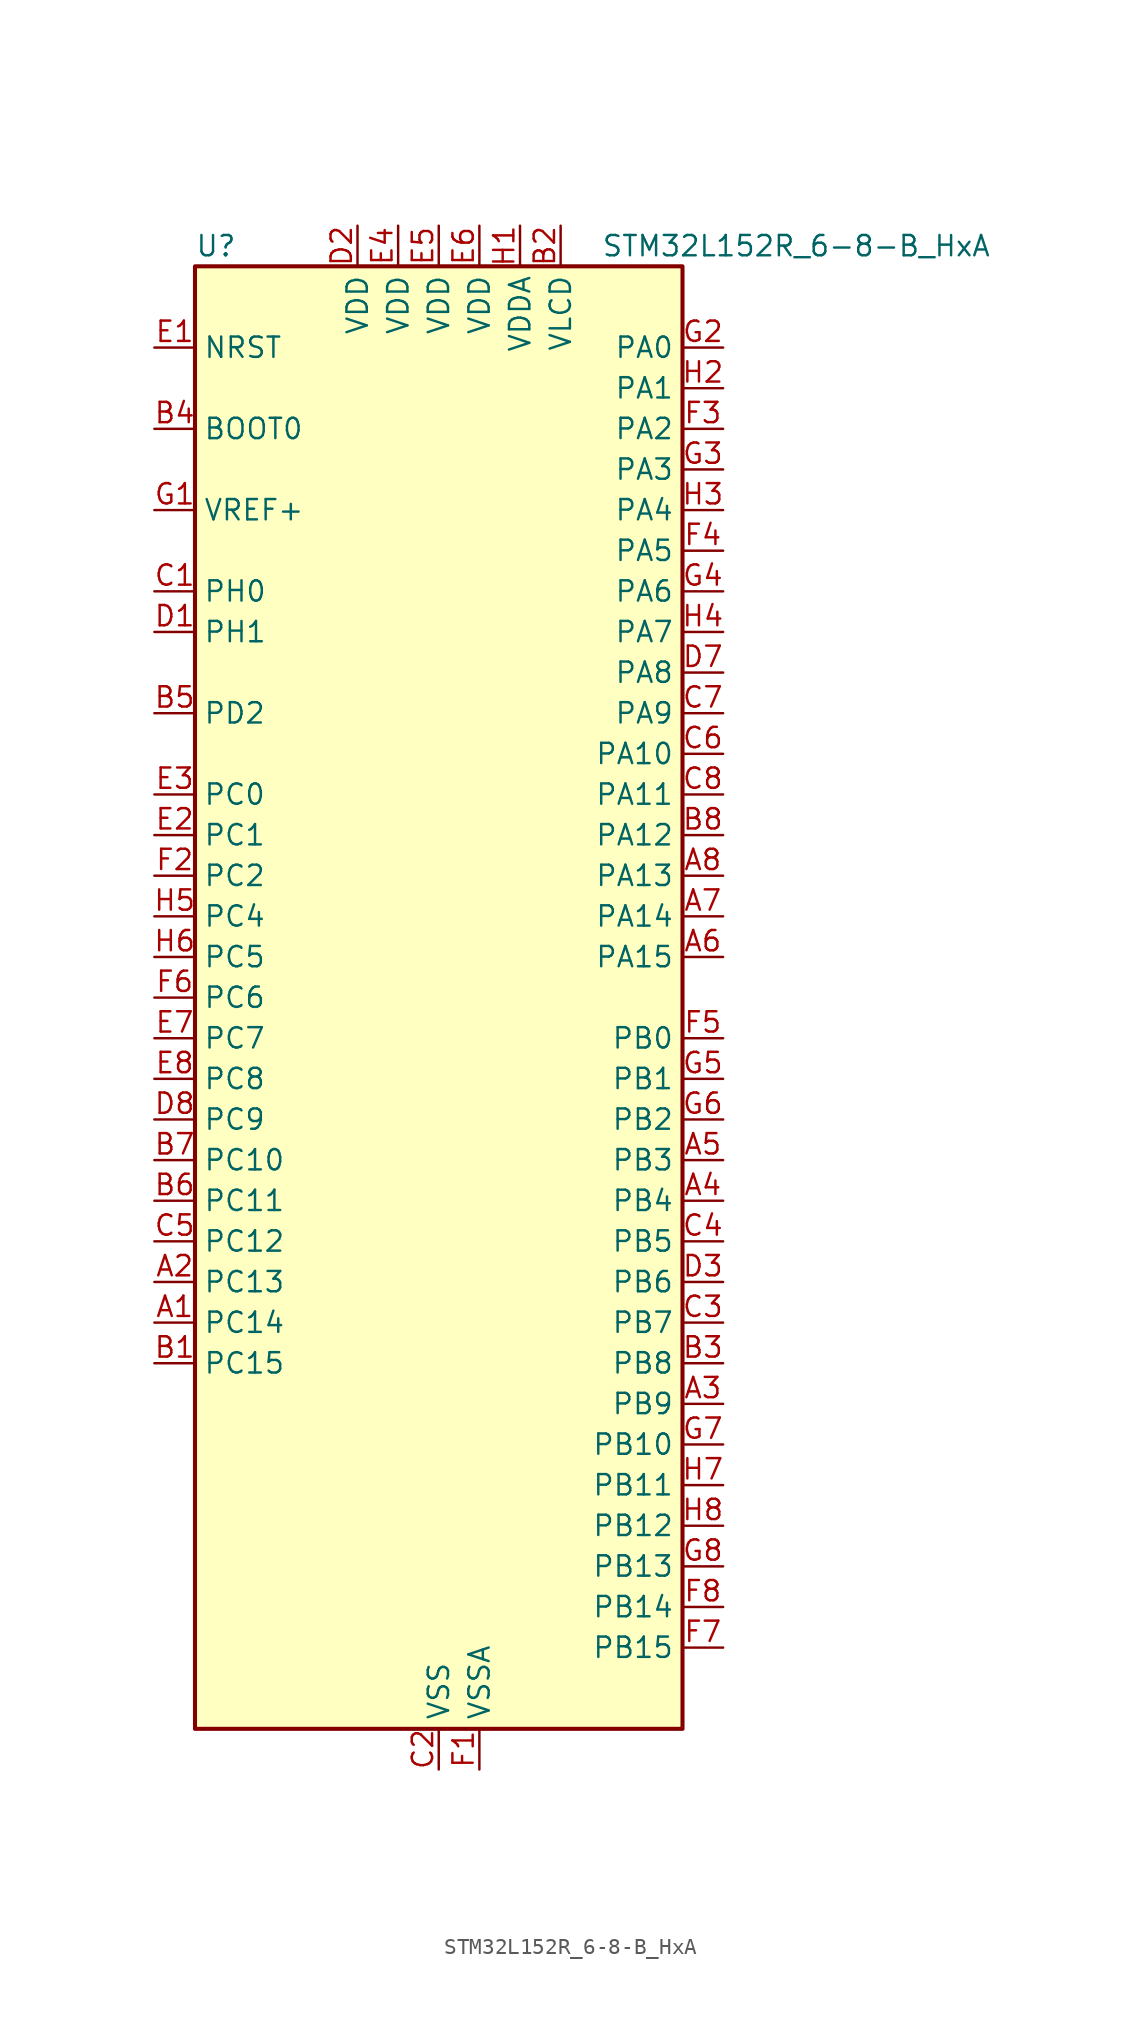
<source format=kicad_sym>
(kicad_symbol_lib
  (version 20241209)
  (generator "kicad_symbol_editor")
  (generator_version "9.0")
  (symbol "STM32L152R_6-8-B_HxA"
    (property "Reference" "U"
      (at -15.24 46.99 0)
      (effects (font (size 1.27 1.27)) (justify left)))
    (property "Value" "STM32L152R_6-8-B_HxA"
      (at 10.16 46.99 0)
      (effects (font (size 1.27 1.27)) (justify left)))
    (symbol "STM32L152R_6-8-B_HxA_0_1"
      (rectangle (start -15.24 -45.72) (end 15.24 45.72) (stroke (width 0.254) (type default)) (fill (type background))))
    (symbol "STM32L152R_6-8-B_HxA_1_1"
      (pin input line (at -17.78 40.64 0) (length 2.54) (name "NRST" (effects (font (size 1.27 1.27)))) (number "E1" (effects (font (size 1.27 1.27)))))
      (pin input line (at -17.78 35.56 0) (length 2.54) (name "BOOT0" (effects (font (size 1.27 1.27)))) (number "B4" (effects (font (size 1.27 1.27)))))
      (pin input line (at -17.78 30.48 0) (length 2.54) (name "VREF+" (effects (font (size 1.27 1.27)))) (number "G1" (effects (font (size 1.27 1.27)))))
      (pin bidirectional line (at -17.78 25.4 0) (length 2.54) (name "PH0" (effects (font (size 1.27 1.27)))) (number "C1" (effects (font (size 1.27 1.27)))) (alternate "RCC_OSC_IN" bidirectional line))
      (pin bidirectional line (at -17.78 22.86 0) (length 2.54) (name "PH1" (effects (font (size 1.27 1.27)))) (number "D1" (effects (font (size 1.27 1.27)))) (alternate "RCC_OSC_OUT" bidirectional line))
      (pin bidirectional line (at -17.78 17.78 0) (length 2.54) (name "PD2" (effects (font (size 1.27 1.27)))) (number "B5" (effects (font (size 1.27 1.27)))) (alternate "LCD_COM7" bidirectional line) (alternate "LCD_SEG31" bidirectional line) (alternate "LCD_SEG43" bidirectional line) (alternate "TIM3_ETR" bidirectional line) (alternate "TIMX_IC3" bidirectional line))
      (pin bidirectional line (at -17.78 12.7 0) (length 2.54) (name "PC0" (effects (font (size 1.27 1.27)))) (number "E3" (effects (font (size 1.27 1.27)))) (alternate "ADC_IN10" bidirectional line) (alternate "COMP1_INP" bidirectional line) (alternate "LCD_SEG18" bidirectional line) (alternate "TIMX_IC1" bidirectional line) (alternate "TS_G8_IO1" bidirectional line))
      (pin bidirectional line (at -17.78 10.16 0) (length 2.54) (name "PC1" (effects (font (size 1.27 1.27)))) (number "E2" (effects (font (size 1.27 1.27)))) (alternate "ADC_IN11" bidirectional line) (alternate "COMP1_INP" bidirectional line) (alternate "LCD_SEG19" bidirectional line) (alternate "TIMX_IC2" bidirectional line) (alternate "TS_G8_IO2" bidirectional line))
      (pin bidirectional line (at -17.78 7.62 0) (length 2.54) (name "PC2" (effects (font (size 1.27 1.27)))) (number "F2" (effects (font (size 1.27 1.27)))) (alternate "ADC_IN12" bidirectional line) (alternate "COMP1_INP" bidirectional line) (alternate "LCD_SEG20" bidirectional line) (alternate "TIMX_IC3" bidirectional line) (alternate "TS_G8_IO3" bidirectional line))
      (pin bidirectional line (at -17.78 5.08 0) (length 2.54) (name "PC4" (effects (font (size 1.27 1.27)))) (number "H5" (effects (font (size 1.27 1.27)))) (alternate "ADC_IN14" bidirectional line) (alternate "COMP1_INP" bidirectional line) (alternate "LCD_SEG22" bidirectional line) (alternate "TIMX_IC1" bidirectional line) (alternate "TS_G9_IO1" bidirectional line))
      (pin bidirectional line (at -17.78 2.54 0) (length 2.54) (name "PC5" (effects (font (size 1.27 1.27)))) (number "H6" (effects (font (size 1.27 1.27)))) (alternate "ADC_IN15" bidirectional line) (alternate "COMP1_INP" bidirectional line) (alternate "LCD_SEG23" bidirectional line) (alternate "TIMX_IC2" bidirectional line) (alternate "TS_G9_IO2" bidirectional line))
      (pin bidirectional line (at -17.78 0 0) (length 2.54) (name "PC6" (effects (font (size 1.27 1.27)))) (number "F6" (effects (font (size 1.27 1.27)))) (alternate "LCD_SEG24" bidirectional line) (alternate "TIM3_CH1" bidirectional line) (alternate "TIMX_IC3" bidirectional line) (alternate "TS_G10_IO1" bidirectional line))
      (pin bidirectional line (at -17.78 -2.54 0) (length 2.54) (name "PC7" (effects (font (size 1.27 1.27)))) (number "E7" (effects (font (size 1.27 1.27)))) (alternate "LCD_SEG25" bidirectional line) (alternate "TIM3_CH2" bidirectional line) (alternate "TIMX_IC4" bidirectional line) (alternate "TS_G10_IO2" bidirectional line))
      (pin bidirectional line (at -17.78 -5.08 0) (length 2.54) (name "PC8" (effects (font (size 1.27 1.27)))) (number "E8" (effects (font (size 1.27 1.27)))) (alternate "LCD_SEG26" bidirectional line) (alternate "TIM3_CH3" bidirectional line) (alternate "TIMX_IC1" bidirectional line) (alternate "TS_G10_IO3" bidirectional line))
      (pin bidirectional line (at -17.78 -7.62 0) (length 2.54) (name "PC9" (effects (font (size 1.27 1.27)))) (number "D8" (effects (font (size 1.27 1.27)))) (alternate "DAC_EXTI9" bidirectional line) (alternate "LCD_SEG27" bidirectional line) (alternate "TIM3_CH4" bidirectional line) (alternate "TIMX_IC2" bidirectional line) (alternate "TS_G10_IO4" bidirectional line))
      (pin bidirectional line (at -17.78 -10.16 0) (length 2.54) (name "PC10" (effects (font (size 1.27 1.27)))) (number "B7" (effects (font (size 1.27 1.27)))) (alternate "LCD_COM4" bidirectional line) (alternate "LCD_SEG28" bidirectional line) (alternate "LCD_SEG40" bidirectional line) (alternate "TIMX_IC3" bidirectional line) (alternate "USART3_TX" bidirectional line))
      (pin bidirectional line (at -17.78 -12.7 0) (length 2.54) (name "PC11" (effects (font (size 1.27 1.27)))) (number "B6" (effects (font (size 1.27 1.27)))) (alternate "ADC_EXTI11" bidirectional line) (alternate "LCD_COM5" bidirectional line) (alternate "LCD_SEG29" bidirectional line) (alternate "LCD_SEG41" bidirectional line) (alternate "TIMX_IC4" bidirectional line) (alternate "USART3_RX" bidirectional line))
      (pin bidirectional line (at -17.78 -15.24 0) (length 2.54) (name "PC12" (effects (font (size 1.27 1.27)))) (number "C5" (effects (font (size 1.27 1.27)))) (alternate "LCD_COM6" bidirectional line) (alternate "LCD_SEG30" bidirectional line) (alternate "LCD_SEG42" bidirectional line) (alternate "TIMX_IC1" bidirectional line) (alternate "USART3_CK" bidirectional line))
      (pin bidirectional line (at -17.78 -17.78 0) (length 2.54) (name "PC13" (effects (font (size 1.27 1.27)))) (number "A2" (effects (font (size 1.27 1.27)))) (alternate "RTC_OUT_ALARM" bidirectional line) (alternate "RTC_OUT_CALIB" bidirectional line) (alternate "RTC_TAMP1" bidirectional line) (alternate "RTC_TS" bidirectional line) (alternate "SYS_WKUP2" bidirectional line) (alternate "TIMX_IC2" bidirectional line))
      (pin bidirectional line (at -17.78 -20.32 0) (length 2.54) (name "PC14" (effects (font (size 1.27 1.27)))) (number "A1" (effects (font (size 1.27 1.27)))) (alternate "RCC_OSC32_IN" bidirectional line) (alternate "TIMX_IC3" bidirectional line))
      (pin bidirectional line (at -17.78 -22.86 0) (length 2.54) (name "PC15" (effects (font (size 1.27 1.27)))) (number "B1" (effects (font (size 1.27 1.27)))) (alternate "ADC_EXTI15" bidirectional line) (alternate "RCC_OSC32_OUT" bidirectional line) (alternate "TIMX_IC4" bidirectional line))
      (pin power_in line (at -5.08 48.26 270) (length 2.54) (name "VDD" (effects (font (size 1.27 1.27)))) (number "D2" (effects (font (size 1.27 1.27)))))
      (pin power_in line (at -2.54 48.26 270) (length 2.54) (name "VDD" (effects (font (size 1.27 1.27)))) (number "E4" (effects (font (size 1.27 1.27)))))
      (pin power_in line (at 0 48.26 270) (length 2.54) (name "VDD" (effects (font (size 1.27 1.27)))) (number "E5" (effects (font (size 1.27 1.27)))))
      (pin power_in line (at 0 -48.26 90) (length 2.54) (name "VSS" (effects (font (size 1.27 1.27)))) (number "C2" (effects (font (size 1.27 1.27)))))
      (pin passive line (at 0 -48.26 90) (length 2.54) (hide yes) (name "VSS" (effects (font (size 1.27 1.27)))) (number "D4" (effects (font (size 1.27 1.27)))))
      (pin passive line (at 0 -48.26 90) (length 2.54) (hide yes) (name "VSS" (effects (font (size 1.27 1.27)))) (number "D5" (effects (font (size 1.27 1.27)))))
      (pin passive line (at 0 -48.26 90) (length 2.54) (hide yes) (name "VSS" (effects (font (size 1.27 1.27)))) (number "D6" (effects (font (size 1.27 1.27)))))
      (pin power_in line (at 2.54 48.26 270) (length 2.54) (name "VDD" (effects (font (size 1.27 1.27)))) (number "E6" (effects (font (size 1.27 1.27)))))
      (pin power_in line (at 2.54 -48.26 90) (length 2.54) (name "VSSA" (effects (font (size 1.27 1.27)))) (number "F1" (effects (font (size 1.27 1.27)))))
      (pin power_in line (at 5.08 48.26 270) (length 2.54) (name "VDDA" (effects (font (size 1.27 1.27)))) (number "H1" (effects (font (size 1.27 1.27)))))
      (pin power_in line (at 7.62 48.26 270) (length 2.54) (name "VLCD" (effects (font (size 1.27 1.27)))) (number "B2" (effects (font (size 1.27 1.27)))))
      (pin bidirectional line (at 17.78 40.64 180) (length 2.54) (name "PA0" (effects (font (size 1.27 1.27)))) (number "G2" (effects (font (size 1.27 1.27)))) (alternate "ADC_IN0" bidirectional line) (alternate "COMP1_INP" bidirectional line) (alternate "RTC_TAMP2" bidirectional line) (alternate "SYS_WKUP1" bidirectional line) (alternate "TIM2_CH1" bidirectional line) (alternate "TIM2_ETR" bidirectional line) (alternate "TIMX_IC1" bidirectional line) (alternate "TS_G1_IO1" bidirectional line) (alternate "USART2_CTS" bidirectional line))
      (pin bidirectional line (at 17.78 38.1 180) (length 2.54) (name "PA1" (effects (font (size 1.27 1.27)))) (number "H2" (effects (font (size 1.27 1.27)))) (alternate "ADC_IN1" bidirectional line) (alternate "COMP1_INP" bidirectional line) (alternate "LCD_SEG0" bidirectional line) (alternate "TIM2_CH2" bidirectional line) (alternate "TIMX_IC2" bidirectional line) (alternate "TS_G1_IO2" bidirectional line) (alternate "USART2_RTS" bidirectional line))
      (pin bidirectional line (at 17.78 35.56 180) (length 2.54) (name "PA2" (effects (font (size 1.27 1.27)))) (number "F3" (effects (font (size 1.27 1.27)))) (alternate "ADC_IN2" bidirectional line) (alternate "COMP1_INP" bidirectional line) (alternate "LCD_SEG1" bidirectional line) (alternate "TIM2_CH3" bidirectional line) (alternate "TIM9_CH1" bidirectional line) (alternate "TIMX_IC3" bidirectional line) (alternate "TS_G1_IO3" bidirectional line) (alternate "USART2_TX" bidirectional line))
      (pin bidirectional line (at 17.78 33.02 180) (length 2.54) (name "PA3" (effects (font (size 1.27 1.27)))) (number "G3" (effects (font (size 1.27 1.27)))) (alternate "ADC_IN3" bidirectional line) (alternate "COMP1_INP" bidirectional line) (alternate "LCD_SEG2" bidirectional line) (alternate "TIM2_CH4" bidirectional line) (alternate "TIM9_CH2" bidirectional line) (alternate "TIMX_IC4" bidirectional line) (alternate "TS_G1_IO4" bidirectional line) (alternate "USART2_RX" bidirectional line))
      (pin bidirectional line (at 17.78 30.48 180) (length 2.54) (name "PA4" (effects (font (size 1.27 1.27)))) (number "H3" (effects (font (size 1.27 1.27)))) (alternate "ADC_IN4" bidirectional line) (alternate "COMP1_INP" bidirectional line) (alternate "DAC_OUT1" bidirectional line) (alternate "SPI1_NSS" bidirectional line) (alternate "TIMX_IC1" bidirectional line) (alternate "USART2_CK" bidirectional line))
      (pin bidirectional line (at 17.78 27.94 180) (length 2.54) (name "PA5" (effects (font (size 1.27 1.27)))) (number "F4" (effects (font (size 1.27 1.27)))) (alternate "ADC_IN5" bidirectional line) (alternate "COMP1_INP" bidirectional line) (alternate "DAC_OUT2" bidirectional line) (alternate "SPI1_SCK" bidirectional line) (alternate "TIM2_CH1" bidirectional line) (alternate "TIM2_ETR" bidirectional line) (alternate "TIMX_IC2" bidirectional line))
      (pin bidirectional line (at 17.78 25.4 180) (length 2.54) (name "PA6" (effects (font (size 1.27 1.27)))) (number "G4" (effects (font (size 1.27 1.27)))) (alternate "ADC_IN6" bidirectional line) (alternate "COMP1_INP" bidirectional line) (alternate "LCD_SEG3" bidirectional line) (alternate "SPI1_MISO" bidirectional line) (alternate "TIM10_CH1" bidirectional line) (alternate "TIM3_CH1" bidirectional line) (alternate "TIMX_IC3" bidirectional line) (alternate "TS_G2_IO1" bidirectional line))
      (pin bidirectional line (at 17.78 22.86 180) (length 2.54) (name "PA7" (effects (font (size 1.27 1.27)))) (number "H4" (effects (font (size 1.27 1.27)))) (alternate "ADC_IN7" bidirectional line) (alternate "COMP1_INP" bidirectional line) (alternate "LCD_SEG4" bidirectional line) (alternate "SPI1_MOSI" bidirectional line) (alternate "TIM11_CH1" bidirectional line) (alternate "TIM3_CH2" bidirectional line) (alternate "TIMX_IC4" bidirectional line) (alternate "TS_G2_IO2" bidirectional line))
      (pin bidirectional line (at 17.78 20.32 180) (length 2.54) (name "PA8" (effects (font (size 1.27 1.27)))) (number "D7" (effects (font (size 1.27 1.27)))) (alternate "LCD_COM0" bidirectional line) (alternate "RCC_MCO" bidirectional line) (alternate "TIMX_IC1" bidirectional line) (alternate "TS_G4_IO1" bidirectional line) (alternate "USART1_CK" bidirectional line))
      (pin bidirectional line (at 17.78 17.78 180) (length 2.54) (name "PA9" (effects (font (size 1.27 1.27)))) (number "C7" (effects (font (size 1.27 1.27)))) (alternate "DAC_EXTI9" bidirectional line) (alternate "LCD_COM1" bidirectional line) (alternate "TIMX_IC2" bidirectional line) (alternate "TS_G4_IO2" bidirectional line) (alternate "USART1_TX" bidirectional line))
      (pin bidirectional line (at 17.78 15.24 180) (length 2.54) (name "PA10" (effects (font (size 1.27 1.27)))) (number "C6" (effects (font (size 1.27 1.27)))) (alternate "LCD_COM2" bidirectional line) (alternate "TIMX_IC3" bidirectional line) (alternate "TS_G4_IO3" bidirectional line) (alternate "USART1_RX" bidirectional line))
      (pin bidirectional line (at 17.78 12.7 180) (length 2.54) (name "PA11" (effects (font (size 1.27 1.27)))) (number "C8" (effects (font (size 1.27 1.27)))) (alternate "ADC_EXTI11" bidirectional line) (alternate "SPI1_MISO" bidirectional line) (alternate "TIMX_IC4" bidirectional line) (alternate "USART1_CTS" bidirectional line) (alternate "USB_DM" bidirectional line))
      (pin bidirectional line (at 17.78 10.16 180) (length 2.54) (name "PA12" (effects (font (size 1.27 1.27)))) (number "B8" (effects (font (size 1.27 1.27)))) (alternate "SPI1_MOSI" bidirectional line) (alternate "TIMX_IC1" bidirectional line) (alternate "USART1_RTS" bidirectional line) (alternate "USB_DP" bidirectional line))
      (pin bidirectional line (at 17.78 7.62 180) (length 2.54) (name "PA13" (effects (font (size 1.27 1.27)))) (number "A8" (effects (font (size 1.27 1.27)))) (alternate "SYS_JTMS-SWDIO" bidirectional line) (alternate "TIMX_IC2" bidirectional line) (alternate "TS_G5_IO1" bidirectional line))
      (pin bidirectional line (at 17.78 5.08 180) (length 2.54) (name "PA14" (effects (font (size 1.27 1.27)))) (number "A7" (effects (font (size 1.27 1.27)))) (alternate "SYS_JTCK-SWCLK" bidirectional line) (alternate "TIMX_IC3" bidirectional line) (alternate "TS_G5_IO2" bidirectional line))
      (pin bidirectional line (at 17.78 2.54 180) (length 2.54) (name "PA15" (effects (font (size 1.27 1.27)))) (number "A6" (effects (font (size 1.27 1.27)))) (alternate "ADC_EXTI15" bidirectional line) (alternate "LCD_SEG17" bidirectional line) (alternate "SPI1_NSS" bidirectional line) (alternate "SYS_JTDI" bidirectional line) (alternate "TIM2_CH1" bidirectional line) (alternate "TIM2_ETR" bidirectional line) (alternate "TIMX_IC4" bidirectional line) (alternate "TS_G5_IO3" bidirectional line))
      (pin bidirectional line (at 17.78 -2.54 180) (length 2.54) (name "PB0" (effects (font (size 1.27 1.27)))) (number "F5" (effects (font (size 1.27 1.27)))) (alternate "ADC_IN8" bidirectional line) (alternate "COMP1_INP" bidirectional line) (alternate "LCD_SEG5" bidirectional line) (alternate "SYS_V_REF_OUT" bidirectional line) (alternate "TIM3_CH3" bidirectional line) (alternate "TS_G3_IO1" bidirectional line))
      (pin bidirectional line (at 17.78 -5.08 180) (length 2.54) (name "PB1" (effects (font (size 1.27 1.27)))) (number "G5" (effects (font (size 1.27 1.27)))) (alternate "ADC_IN9" bidirectional line) (alternate "COMP1_INP" bidirectional line) (alternate "LCD_SEG6" bidirectional line) (alternate "SYS_V_REF_OUT" bidirectional line) (alternate "TIM3_CH4" bidirectional line) (alternate "TS_G3_IO2" bidirectional line))
      (pin bidirectional line (at 17.78 -7.62 180) (length 2.54) (name "PB2" (effects (font (size 1.27 1.27)))) (number "G6" (effects (font (size 1.27 1.27)))) (alternate "TS_G3_IO3" bidirectional line))
      (pin bidirectional line (at 17.78 -10.16 180) (length 2.54) (name "PB3" (effects (font (size 1.27 1.27)))) (number "A5" (effects (font (size 1.27 1.27)))) (alternate "COMP2_INM" bidirectional line) (alternate "LCD_SEG7" bidirectional line) (alternate "SPI1_SCK" bidirectional line) (alternate "SYS_JTDO-TRACESWO" bidirectional line) (alternate "TIM2_CH2" bidirectional line))
      (pin bidirectional line (at 17.78 -12.7 180) (length 2.54) (name "PB4" (effects (font (size 1.27 1.27)))) (number "A4" (effects (font (size 1.27 1.27)))) (alternate "COMP2_INP" bidirectional line) (alternate "LCD_SEG8" bidirectional line) (alternate "SPI1_MISO" bidirectional line) (alternate "SYS_JTRST" bidirectional line) (alternate "TIM3_CH1" bidirectional line) (alternate "TS_G6_IO1" bidirectional line))
      (pin bidirectional line (at 17.78 -15.24 180) (length 2.54) (name "PB5" (effects (font (size 1.27 1.27)))) (number "C4" (effects (font (size 1.27 1.27)))) (alternate "COMP2_INP" bidirectional line) (alternate "I2C1_SMBA" bidirectional line) (alternate "LCD_SEG9" bidirectional line) (alternate "SPI1_MOSI" bidirectional line) (alternate "TIM3_CH2" bidirectional line) (alternate "TS_G6_IO2" bidirectional line))
      (pin bidirectional line (at 17.78 -17.78 180) (length 2.54) (name "PB6" (effects (font (size 1.27 1.27)))) (number "D3" (effects (font (size 1.27 1.27)))) (alternate "I2C1_SCL" bidirectional line) (alternate "TIM4_CH1" bidirectional line) (alternate "TS_G6_IO3" bidirectional line) (alternate "USART1_TX" bidirectional line))
      (pin bidirectional line (at 17.78 -20.32 180) (length 2.54) (name "PB7" (effects (font (size 1.27 1.27)))) (number "C3" (effects (font (size 1.27 1.27)))) (alternate "I2C1_SDA" bidirectional line) (alternate "SYS_PVD_IN" bidirectional line) (alternate "TIM4_CH2" bidirectional line) (alternate "TS_G6_IO4" bidirectional line) (alternate "USART1_RX" bidirectional line))
      (pin bidirectional line (at 17.78 -22.86 180) (length 2.54) (name "PB8" (effects (font (size 1.27 1.27)))) (number "B3" (effects (font (size 1.27 1.27)))) (alternate "I2C1_SCL" bidirectional line) (alternate "LCD_SEG16" bidirectional line) (alternate "TIM10_CH1" bidirectional line) (alternate "TIM4_CH3" bidirectional line))
      (pin bidirectional line (at 17.78 -25.4 180) (length 2.54) (name "PB9" (effects (font (size 1.27 1.27)))) (number "A3" (effects (font (size 1.27 1.27)))) (alternate "DAC_EXTI9" bidirectional line) (alternate "I2C1_SDA" bidirectional line) (alternate "LCD_COM3" bidirectional line) (alternate "TIM11_CH1" bidirectional line) (alternate "TIM4_CH4" bidirectional line))
      (pin bidirectional line (at 17.78 -27.94 180) (length 2.54) (name "PB10" (effects (font (size 1.27 1.27)))) (number "G7" (effects (font (size 1.27 1.27)))) (alternate "I2C2_SCL" bidirectional line) (alternate "LCD_SEG10" bidirectional line) (alternate "TIM2_CH3" bidirectional line) (alternate "USART3_TX" bidirectional line))
      (pin bidirectional line (at 17.78 -30.48 180) (length 2.54) (name "PB11" (effects (font (size 1.27 1.27)))) (number "H7" (effects (font (size 1.27 1.27)))) (alternate "ADC_EXTI11" bidirectional line) (alternate "I2C2_SDA" bidirectional line) (alternate "LCD_SEG11" bidirectional line) (alternate "TIM2_CH4" bidirectional line) (alternate "USART3_RX" bidirectional line))
      (pin bidirectional line (at 17.78 -33.02 180) (length 2.54) (name "PB12" (effects (font (size 1.27 1.27)))) (number "H8" (effects (font (size 1.27 1.27)))) (alternate "ADC_IN18" bidirectional line) (alternate "COMP1_INP" bidirectional line) (alternate "I2C2_SMBA" bidirectional line) (alternate "LCD_SEG12" bidirectional line) (alternate "SPI2_NSS" bidirectional line) (alternate "TIM10_CH1" bidirectional line) (alternate "TS_G7_IO1" bidirectional line) (alternate "USART3_CK" bidirectional line))
      (pin bidirectional line (at 17.78 -35.56 180) (length 2.54) (name "PB13" (effects (font (size 1.27 1.27)))) (number "G8" (effects (font (size 1.27 1.27)))) (alternate "ADC_IN19" bidirectional line) (alternate "COMP1_INP" bidirectional line) (alternate "LCD_SEG13" bidirectional line) (alternate "SPI2_SCK" bidirectional line) (alternate "TIM9_CH1" bidirectional line) (alternate "TS_G7_IO2" bidirectional line) (alternate "USART3_CTS" bidirectional line))
      (pin bidirectional line (at 17.78 -38.1 180) (length 2.54) (name "PB14" (effects (font (size 1.27 1.27)))) (number "F8" (effects (font (size 1.27 1.27)))) (alternate "ADC_IN20" bidirectional line) (alternate "COMP1_INP" bidirectional line) (alternate "LCD_SEG14" bidirectional line) (alternate "SPI2_MISO" bidirectional line) (alternate "TIM9_CH2" bidirectional line) (alternate "TS_G7_IO3" bidirectional line) (alternate "USART3_RTS" bidirectional line))
      (pin bidirectional line (at 17.78 -40.64 180) (length 2.54) (name "PB15" (effects (font (size 1.27 1.27)))) (number "F7" (effects (font (size 1.27 1.27)))) (alternate "ADC_EXTI15" bidirectional line) (alternate "ADC_IN21" bidirectional line) (alternate "COMP1_INP" bidirectional line) (alternate "LCD_SEG15" bidirectional line) (alternate "RTC_REFIN" bidirectional line) (alternate "SPI2_MOSI" bidirectional line) (alternate "TIM11_CH1" bidirectional line) (alternate "TS_G7_IO4" bidirectional line)))))
</source>
